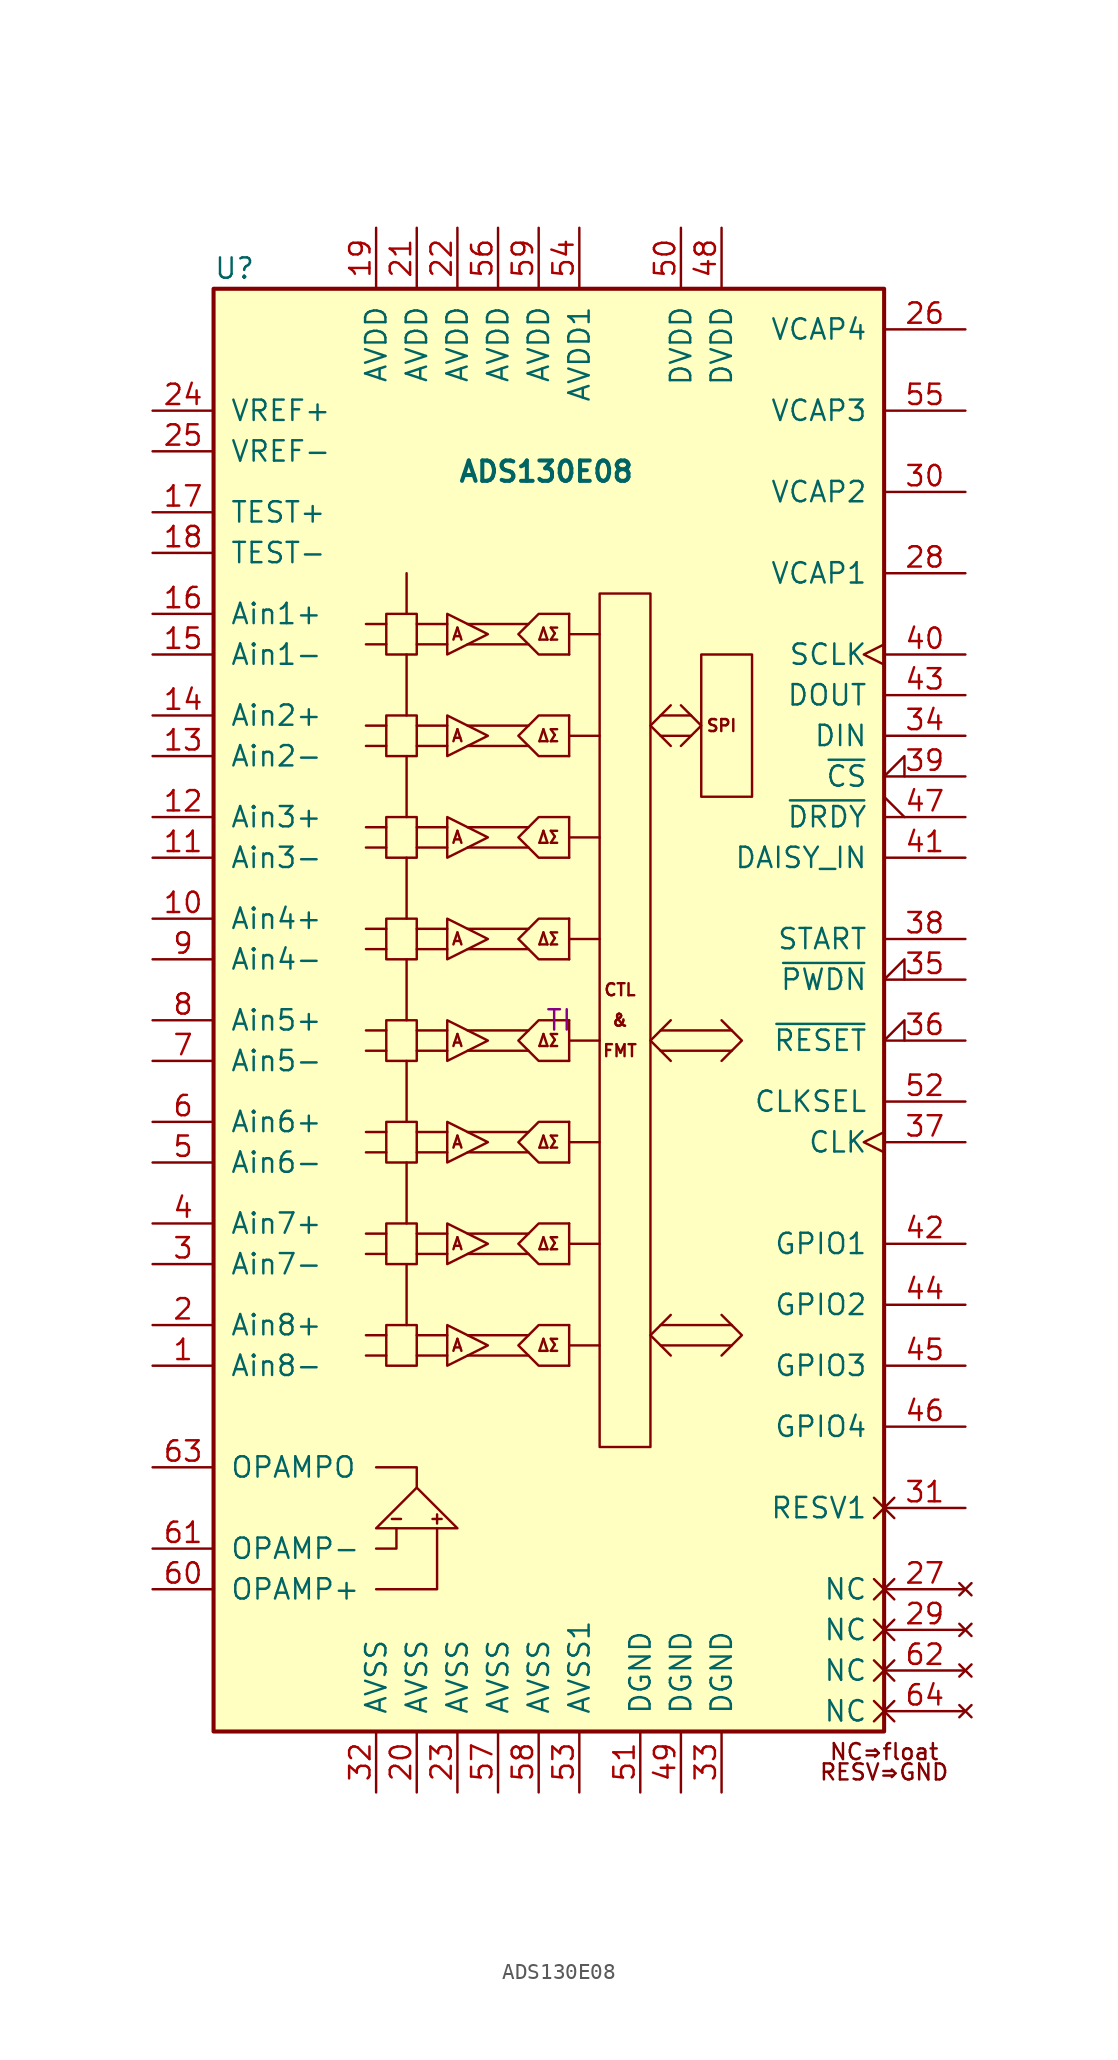
<source format=kicad_sym>
(kicad_symbol_lib
  (version 20211014)
  (generator kicad_symbol_editor)
  (symbol "solarpump:ADS130E08"
    (pin_names
      (offset 1.016))
    (property "Reference" "U"
      (at -21.59 46.99 0)
      (effects (font (size 1.27 1.27)) (justify left)))
    (property "Value" "ADS130E08"
      (at -6.35 34.29 0)
      (effects (font (size 1.27 1.27) bold) (justify left)))
    (property "Manuf" "TI"
      (at 0 0 0)
      (effects (font (size 1.27 1.27))))
    (symbol "ADS130E08_0_0"
      (polyline (pts (xy 6.985 -18.415) (xy 5.715 -19.685) (xy 6.985 -20.955)) (stroke (width 0.152) (type default) (color 0 0 0 0)) (fill (type none)))
      (polyline (pts (xy 6.985 0) (xy 5.715 -1.27) (xy 6.985 -2.54)) (stroke (width 0.152) (type default) (color 0 0 0 0)) (fill (type none)))
      (polyline (pts (xy 6.985 19.685) (xy 5.715 18.415) (xy 6.985 17.145)) (stroke (width 0.152) (type default) (color 0 0 0 0)) (fill (type none)))
      (polyline (pts (xy 7.62 19.685) (xy 8.89 18.415) (xy 7.62 17.145)) (stroke (width 0.152) (type default) (color 0 0 0 0)) (fill (type none)))
      (polyline (pts (xy 10.16 -18.415) (xy 11.43 -19.685) (xy 10.16 -20.955)) (stroke (width 0.152) (type default) (color 0 0 0 0)) (fill (type none)))
      (polyline (pts (xy 10.16 0) (xy 11.43 -1.27) (xy 10.16 -2.54)) (stroke (width 0.152) (type default) (color 0 0 0 0)) (fill (type none)))
      (text "&" (at 3.81 0 0) (effects (font (size 0.75 0.75))))
      (text "+" (at -7.62 -31.115 0) (effects (font (size 0.75 0.75))))
      (text "-" (at -10.16 -31.115 0) (effects (font (size 0.75 0.75))))
      (text "A" (at -6.35 -20.32 0) (effects (font (size 0.75 0.75))))
      (text "A" (at -6.35 -13.97 0) (effects (font (size 0.75 0.75))))
      (text "A" (at -6.35 -7.62 0) (effects (font (size 0.75 0.75))))
      (text "A" (at -6.35 -1.27 0) (effects (font (size 0.75 0.75))))
      (text "A" (at -6.35 5.08 0) (effects (font (size 0.75 0.75))))
      (text "A" (at -6.35 11.43 0) (effects (font (size 0.75 0.75))))
      (text "A" (at -6.35 17.78 0) (effects (font (size 0.75 0.75))))
      (text "A" (at -6.35 24.13 0) (effects (font (size 0.75 0.75))))
      (text "CTL" (at 3.81 1.905 0) (effects (font (size 0.75 0.75))))
      (text "FMT" (at 3.81 -1.905 0) (effects (font (size 0.75 0.75))))
      (text "NC⇒float" (at 20.32 -45.72 0) (effects (font (size 1 1))))
      (text "RESV⇒GND" (at 20.32 -46.99 0) (effects (font (size 1 1))))
      (text "SPI" (at 10.16 18.415 0) (effects (font (size 0.75 0.75))))
      (text "ΔΣ" (at -0.635 -20.32 0) (effects (font (size 0.75 0.75))))
      (text "ΔΣ" (at -0.635 -13.97 0) (effects (font (size 0.75 0.75))))
      (text "ΔΣ" (at -0.635 -7.62 0) (effects (font (size 0.75 0.75))))
      (text "ΔΣ" (at -0.635 -1.27 0) (effects (font (size 0.75 0.75))))
      (text "ΔΣ" (at -0.635 5.08 0) (effects (font (size 0.75 0.75))))
      (text "ΔΣ" (at -0.635 11.43 0) (effects (font (size 0.75 0.75))))
      (text "ΔΣ" (at -0.635 17.78 0) (effects (font (size 0.75 0.75))))
      (text "ΔΣ" (at -0.635 24.13 0) (effects (font (size 0.75 0.75)))))
    (symbol "ADS130E08_0_1"
      (rectangle (start -21.59 45.72) (end 20.32 -44.45) (stroke (width 0.254) (type default) (color 0 0 0 0)) (fill (type background)))
      (rectangle (start -10.795 -19.05) (end -8.89 -21.59) (stroke (width 0.152) (type default) (color 0 0 0 0)) (fill (type none)))
      (rectangle (start -10.795 -12.7) (end -8.89 -15.24) (stroke (width 0.152) (type default) (color 0 0 0 0)) (fill (type none)))
      (rectangle (start -10.795 -6.35) (end -8.89 -8.89) (stroke (width 0.152) (type default) (color 0 0 0 0)) (fill (type none)))
      (rectangle (start -10.795 0) (end -8.89 -2.54) (stroke (width 0.152) (type default) (color 0 0 0 0)) (fill (type none)))
      (rectangle (start -10.795 6.35) (end -8.89 3.81) (stroke (width 0.152) (type default) (color 0 0 0 0)) (fill (type none)))
      (rectangle (start -10.795 12.7) (end -8.89 10.16) (stroke (width 0.152) (type default) (color 0 0 0 0)) (fill (type none)))
      (rectangle (start -10.795 19.05) (end -8.89 16.51) (stroke (width 0.152) (type default) (color 0 0 0 0)) (fill (type none)))
      (rectangle (start -10.795 25.4) (end -8.89 22.86) (stroke (width 0.152) (type default) (color 0 0 0 0)) (fill (type none)))
      (polyline (pts (xy -12.065 -20.955) (xy -10.795 -20.955)) (stroke (width 0.152) (type default) (color 0 0 0 0)) (fill (type none)))
      (polyline (pts (xy -12.065 -19.685) (xy -10.795 -19.685)) (stroke (width 0.152) (type default) (color 0 0 0 0)) (fill (type none)))
      (polyline (pts (xy -12.065 -14.605) (xy -10.795 -14.605)) (stroke (width 0.152) (type default) (color 0 0 0 0)) (fill (type none)))
      (polyline (pts (xy -12.065 -13.335) (xy -10.795 -13.335)) (stroke (width 0.152) (type default) (color 0 0 0 0)) (fill (type none)))
      (polyline (pts (xy -12.065 -8.255) (xy -10.795 -8.255)) (stroke (width 0.152) (type default) (color 0 0 0 0)) (fill (type none)))
      (polyline (pts (xy -12.065 -6.985) (xy -10.795 -6.985)) (stroke (width 0.152) (type default) (color 0 0 0 0)) (fill (type none)))
      (polyline (pts (xy -12.065 -1.905) (xy -10.795 -1.905)) (stroke (width 0.152) (type default) (color 0 0 0 0)) (fill (type none)))
      (polyline (pts (xy -12.065 -0.635) (xy -10.795 -0.635)) (stroke (width 0.152) (type default) (color 0 0 0 0)) (fill (type none)))
      (polyline (pts (xy -12.065 4.445) (xy -10.795 4.445)) (stroke (width 0.152) (type default) (color 0 0 0 0)) (fill (type none)))
      (polyline (pts (xy -12.065 5.715) (xy -10.795 5.715)) (stroke (width 0.152) (type default) (color 0 0 0 0)) (fill (type none)))
      (polyline (pts (xy -12.065 10.795) (xy -10.795 10.795)) (stroke (width 0.152) (type default) (color 0 0 0 0)) (fill (type none)))
      (polyline (pts (xy -12.065 12.065) (xy -10.795 12.065)) (stroke (width 0.152) (type default) (color 0 0 0 0)) (fill (type none)))
      (polyline (pts (xy -12.065 17.145) (xy -10.795 17.145)) (stroke (width 0.152) (type default) (color 0 0 0 0)) (fill (type none)))
      (polyline (pts (xy -12.065 18.415) (xy -10.795 18.415)) (stroke (width 0.152) (type default) (color 0 0 0 0)) (fill (type none)))
      (polyline (pts (xy -12.065 23.495) (xy -10.795 23.495)) (stroke (width 0.152) (type default) (color 0 0 0 0)) (fill (type none)))
      (polyline (pts (xy -12.065 24.765) (xy -10.795 24.765)) (stroke (width 0.152) (type default) (color 0 0 0 0)) (fill (type none)))
      (polyline (pts (xy -9.525 -15.24) (xy -9.525 -19.05)) (stroke (width 0.152) (type default) (color 0 0 0 0)) (fill (type none)))
      (polyline (pts (xy -9.525 -8.89) (xy -9.525 -12.7)) (stroke (width 0.152) (type default) (color 0 0 0 0)) (fill (type none)))
      (polyline (pts (xy -9.525 -2.54) (xy -9.525 -6.35)) (stroke (width 0.152) (type default) (color 0 0 0 0)) (fill (type none)))
      (polyline (pts (xy -9.525 3.81) (xy -9.525 0)) (stroke (width 0.152) (type default) (color 0 0 0 0)) (fill (type none)))
      (polyline (pts (xy -9.525 10.16) (xy -9.525 6.35)) (stroke (width 0.152) (type default) (color 0 0 0 0)) (fill (type none)))
      (polyline (pts (xy -9.525 16.51) (xy -9.525 12.7)) (stroke (width 0.152) (type default) (color 0 0 0 0)) (fill (type none)))
      (polyline (pts (xy -9.525 22.86) (xy -9.525 19.05)) (stroke (width 0.152) (type default) (color 0 0 0 0)) (fill (type none)))
      (polyline (pts (xy -9.525 27.94) (xy -9.525 25.4)) (stroke (width 0.152) (type default) (color 0 0 0 0)) (fill (type none)))
      (polyline (pts (xy -8.89 -20.955) (xy -6.985 -20.955)) (stroke (width 0.152) (type default) (color 0 0 0 0)) (fill (type none)))
      (polyline (pts (xy -8.89 -19.685) (xy -6.985 -19.685)) (stroke (width 0.152) (type default) (color 0 0 0 0)) (fill (type none)))
      (polyline (pts (xy -8.89 -14.605) (xy -6.985 -14.605)) (stroke (width 0.152) (type default) (color 0 0 0 0)) (fill (type none)))
      (polyline (pts (xy -8.89 -13.335) (xy -6.985 -13.335)) (stroke (width 0.152) (type default) (color 0 0 0 0)) (fill (type none)))
      (polyline (pts (xy -8.89 -8.255) (xy -6.985 -8.255)) (stroke (width 0.152) (type default) (color 0 0 0 0)) (fill (type none)))
      (polyline (pts (xy -8.89 -6.985) (xy -6.985 -6.985)) (stroke (width 0.152) (type default) (color 0 0 0 0)) (fill (type none)))
      (polyline (pts (xy -8.89 -1.905) (xy -6.985 -1.905)) (stroke (width 0.152) (type default) (color 0 0 0 0)) (fill (type none)))
      (polyline (pts (xy -8.89 -0.635) (xy -6.985 -0.635)) (stroke (width 0.152) (type default) (color 0 0 0 0)) (fill (type none)))
      (polyline (pts (xy -8.89 4.445) (xy -6.985 4.445)) (stroke (width 0.152) (type default) (color 0 0 0 0)) (fill (type none)))
      (polyline (pts (xy -8.89 5.715) (xy -6.985 5.715)) (stroke (width 0.152) (type default) (color 0 0 0 0)) (fill (type none)))
      (polyline (pts (xy -8.89 10.795) (xy -6.985 10.795)) (stroke (width 0.152) (type default) (color 0 0 0 0)) (fill (type none)))
      (polyline (pts (xy -8.89 12.065) (xy -6.985 12.065)) (stroke (width 0.152) (type default) (color 0 0 0 0)) (fill (type none)))
      (polyline (pts (xy -8.89 17.145) (xy -6.985 17.145)) (stroke (width 0.152) (type default) (color 0 0 0 0)) (fill (type none)))
      (polyline (pts (xy -8.89 18.415) (xy -6.985 18.415)) (stroke (width 0.152) (type default) (color 0 0 0 0)) (fill (type none)))
      (polyline (pts (xy -8.89 23.495) (xy -6.985 23.495)) (stroke (width 0.152) (type default) (color 0 0 0 0)) (fill (type none)))
      (polyline (pts (xy -8.89 24.765) (xy -6.985 24.765)) (stroke (width 0.152) (type default) (color 0 0 0 0)) (fill (type none)))
      (polyline (pts (xy -5.715 -20.955) (xy -1.905 -20.955)) (stroke (width 0.152) (type default) (color 0 0 0 0)) (fill (type none)))
      (polyline (pts (xy -5.715 -19.685) (xy -1.905 -19.685)) (stroke (width 0.152) (type default) (color 0 0 0 0)) (fill (type none)))
      (polyline (pts (xy -5.715 -14.605) (xy -1.905 -14.605)) (stroke (width 0.152) (type default) (color 0 0 0 0)) (fill (type none)))
      (polyline (pts (xy -5.715 -13.335) (xy -1.905 -13.335)) (stroke (width 0.152) (type default) (color 0 0 0 0)) (fill (type none)))
      (polyline (pts (xy -5.715 -8.255) (xy -1.905 -8.255)) (stroke (width 0.152) (type default) (color 0 0 0 0)) (fill (type none)))
      (polyline (pts (xy -5.715 -6.985) (xy -1.905 -6.985)) (stroke (width 0.152) (type default) (color 0 0 0 0)) (fill (type none)))
      (polyline (pts (xy -5.715 -1.905) (xy -1.905 -1.905)) (stroke (width 0.152) (type default) (color 0 0 0 0)) (fill (type none)))
      (polyline (pts (xy -5.715 -0.635) (xy -1.905 -0.635)) (stroke (width 0.152) (type default) (color 0 0 0 0)) (fill (type none)))
      (polyline (pts (xy -5.715 4.445) (xy -1.905 4.445)) (stroke (width 0.152) (type default) (color 0 0 0 0)) (fill (type none)))
      (polyline (pts (xy -5.715 5.715) (xy -1.905 5.715)) (stroke (width 0.152) (type default) (color 0 0 0 0)) (fill (type none)))
      (polyline (pts (xy -5.715 10.795) (xy -1.905 10.795)) (stroke (width 0.152) (type default) (color 0 0 0 0)) (fill (type none)))
      (polyline (pts (xy -5.715 12.065) (xy -1.905 12.065)) (stroke (width 0.152) (type default) (color 0 0 0 0)) (fill (type none)))
      (polyline (pts (xy -5.715 17.145) (xy -1.905 17.145)) (stroke (width 0.152) (type default) (color 0 0 0 0)) (fill (type none)))
      (polyline (pts (xy -5.715 18.415) (xy -1.905 18.415)) (stroke (width 0.152) (type default) (color 0 0 0 0)) (fill (type none)))
      (polyline (pts (xy -5.715 23.495) (xy -1.905 23.495)) (stroke (width 0.152) (type default) (color 0 0 0 0)) (fill (type none)))
      (polyline (pts (xy -5.715 24.765) (xy -1.905 24.765)) (stroke (width 0.152) (type default) (color 0 0 0 0)) (fill (type none)))
      (polyline (pts (xy 0.635 -20.32) (xy 2.54 -20.32)) (stroke (width 0.152) (type default) (color 0 0 0 0)) (fill (type none)))
      (polyline (pts (xy 0.635 -19.05) (xy 0.635 -21.59)) (stroke (width 0.152) (type default) (color 0 0 0 0)) (fill (type none)))
      (polyline (pts (xy 0.635 -13.97) (xy 2.54 -13.97)) (stroke (width 0.152) (type default) (color 0 0 0 0)) (fill (type none)))
      (polyline (pts (xy 0.635 -12.7) (xy 0.635 -15.24)) (stroke (width 0.152) (type default) (color 0 0 0 0)) (fill (type none)))
      (polyline (pts (xy 0.635 -7.62) (xy 2.54 -7.62)) (stroke (width 0.152) (type default) (color 0 0 0 0)) (fill (type none)))
      (polyline (pts (xy 0.635 -6.35) (xy 0.635 -8.89)) (stroke (width 0.152) (type default) (color 0 0 0 0)) (fill (type none)))
      (polyline (pts (xy 0.635 -1.27) (xy 2.54 -1.27)) (stroke (width 0.152) (type default) (color 0 0 0 0)) (fill (type none)))
      (polyline (pts (xy 0.635 0) (xy 0.635 -2.54)) (stroke (width 0.152) (type default) (color 0 0 0 0)) (fill (type none)))
      (polyline (pts (xy 0.635 5.08) (xy 2.54 5.08)) (stroke (width 0.152) (type default) (color 0 0 0 0)) (fill (type none)))
      (polyline (pts (xy 0.635 6.35) (xy 0.635 3.81)) (stroke (width 0.152) (type default) (color 0 0 0 0)) (fill (type none)))
      (polyline (pts (xy 0.635 11.43) (xy 2.54 11.43)) (stroke (width 0.152) (type default) (color 0 0 0 0)) (fill (type none)))
      (polyline (pts (xy 0.635 12.7) (xy 0.635 10.16)) (stroke (width 0.152) (type default) (color 0 0 0 0)) (fill (type none)))
      (polyline (pts (xy 0.635 17.78) (xy 2.54 17.78)) (stroke (width 0.152) (type default) (color 0 0 0 0)) (fill (type none)))
      (polyline (pts (xy 0.635 19.05) (xy 0.635 16.51)) (stroke (width 0.152) (type default) (color 0 0 0 0)) (fill (type none)))
      (polyline (pts (xy 0.635 24.13) (xy 2.54 24.13)) (stroke (width 0.152) (type default) (color 0 0 0 0)) (fill (type none)))
      (polyline (pts (xy 0.635 25.4) (xy 0.635 22.86)) (stroke (width 0.152) (type default) (color 0 0 0 0)) (fill (type none)))
      (polyline (pts (xy 6.35 -20.32) (xy 10.795 -20.32)) (stroke (width 0.152) (type default) (color 0 0 0 0)) (fill (type none)))
      (polyline (pts (xy 6.35 -19.05) (xy 10.795 -19.05)) (stroke (width 0.152) (type default) (color 0 0 0 0)) (fill (type none)))
      (polyline (pts (xy 6.35 -1.905) (xy 10.795 -1.905)) (stroke (width 0.152) (type default) (color 0 0 0 0)) (fill (type none)))
      (polyline (pts (xy 6.35 -0.635) (xy 10.795 -0.635)) (stroke (width 0.152) (type default) (color 0 0 0 0)) (fill (type none)))
      (polyline (pts (xy 6.35 17.78) (xy 8.255 17.78)) (stroke (width 0.152) (type default) (color 0 0 0 0)) (fill (type none)))
      (polyline (pts (xy 6.35 19.05) (xy 8.255 19.05)) (stroke (width 0.152) (type default) (color 0 0 0 0)) (fill (type none)))
      (polyline (pts (xy -11.43 -35.56) (xy -7.62 -35.56) (xy -7.62 -31.75)) (stroke (width 0.152) (type default) (color 0 0 0 0)) (fill (type none)))
      (polyline (pts (xy -11.43 -33.02) (xy -10.16 -33.02) (xy -10.16 -31.75)) (stroke (width 0.152) (type default) (color 0 0 0 0)) (fill (type none)))
      (polyline (pts (xy -8.89 -29.21) (xy -8.89 -27.94) (xy -11.43 -27.94)) (stroke (width 0.152) (type default) (color 0 0 0 0)) (fill (type none)))
      (polyline (pts (xy -8.89 -29.21) (xy -11.43 -31.75) (xy -6.35 -31.75) (xy -8.89 -29.21)) (stroke (width 0.152) (type default) (color 0 0 0 0)) (fill (type none)))
      (polyline (pts (xy -6.985 -20.32) (xy -6.985 -21.59) (xy -4.445 -20.32) (xy -6.985 -19.05) (xy -6.985 -20.32)) (stroke (width 0.152) (type default) (color 0 0 0 0)) (fill (type none)))
      (polyline (pts (xy -6.985 -13.97) (xy -6.985 -15.24) (xy -4.445 -13.97) (xy -6.985 -12.7) (xy -6.985 -13.97)) (stroke (width 0.152) (type default) (color 0 0 0 0)) (fill (type none)))
      (polyline (pts (xy -6.985 -7.62) (xy -6.985 -8.89) (xy -4.445 -7.62) (xy -6.985 -6.35) (xy -6.985 -7.62)) (stroke (width 0.152) (type default) (color 0 0 0 0)) (fill (type none)))
      (polyline (pts (xy -6.985 -1.27) (xy -6.985 -2.54) (xy -4.445 -1.27) (xy -6.985 0) (xy -6.985 -1.27)) (stroke (width 0.152) (type default) (color 0 0 0 0)) (fill (type none)))
      (polyline (pts (xy -6.985 5.08) (xy -6.985 3.81) (xy -4.445 5.08) (xy -6.985 6.35) (xy -6.985 5.08)) (stroke (width 0.152) (type default) (color 0 0 0 0)) (fill (type none)))
      (polyline (pts (xy -6.985 11.43) (xy -6.985 10.16) (xy -4.445 11.43) (xy -6.985 12.7) (xy -6.985 11.43)) (stroke (width 0.152) (type default) (color 0 0 0 0)) (fill (type none)))
      (polyline (pts (xy -6.985 17.78) (xy -6.985 16.51) (xy -4.445 17.78) (xy -6.985 19.05) (xy -6.985 17.78)) (stroke (width 0.152) (type default) (color 0 0 0 0)) (fill (type none)))
      (polyline (pts (xy -6.985 24.13) (xy -6.985 22.86) (xy -4.445 24.13) (xy -6.985 25.4) (xy -6.985 24.13)) (stroke (width 0.152) (type default) (color 0 0 0 0)) (fill (type none)))
      (polyline (pts (xy 0.635 -19.05) (xy -1.27 -19.05) (xy -2.54 -20.32) (xy -1.27 -21.59) (xy 0.635 -21.59)) (stroke (width 0.152) (type default) (color 0 0 0 0)) (fill (type none)))
      (polyline (pts (xy 0.635 -12.7) (xy -1.27 -12.7) (xy -2.54 -13.97) (xy -1.27 -15.24) (xy 0.635 -15.24)) (stroke (width 0.152) (type default) (color 0 0 0 0)) (fill (type none)))
      (polyline (pts (xy 0.635 -6.35) (xy -1.27 -6.35) (xy -2.54 -7.62) (xy -1.27 -8.89) (xy 0.635 -8.89)) (stroke (width 0.152) (type default) (color 0 0 0 0)) (fill (type none)))
      (polyline (pts (xy 0.635 0) (xy -1.27 0) (xy -2.54 -1.27) (xy -1.27 -2.54) (xy 0.635 -2.54)) (stroke (width 0.152) (type default) (color 0 0 0 0)) (fill (type none)))
      (polyline (pts (xy 0.635 6.35) (xy -1.27 6.35) (xy -2.54 5.08) (xy -1.27 3.81) (xy 0.635 3.81)) (stroke (width 0.152) (type default) (color 0 0 0 0)) (fill (type none)))
      (polyline (pts (xy 0.635 12.7) (xy -1.27 12.7) (xy -2.54 11.43) (xy -1.27 10.16) (xy 0.635 10.16)) (stroke (width 0.152) (type default) (color 0 0 0 0)) (fill (type none)))
      (polyline (pts (xy 0.635 19.05) (xy -1.27 19.05) (xy -2.54 17.78) (xy -1.27 16.51) (xy 0.635 16.51)) (stroke (width 0.152) (type default) (color 0 0 0 0)) (fill (type none)))
      (polyline (pts (xy 0.635 25.4) (xy -1.27 25.4) (xy -2.54 24.13) (xy -1.27 22.86) (xy 0.635 22.86)) (stroke (width 0.152) (type default) (color 0 0 0 0)) (fill (type none)))
      (rectangle (start 2.54 26.67) (end 5.715 -26.67) (stroke (width 0.152) (type default) (color 0 0 0 0)) (fill (type none)))
      (rectangle (start 8.89 22.86) (end 12.065 13.97) (stroke (width 0.152) (type default) (color 0 0 0 0)) (fill (type none))))
    (symbol "ADS130E08_1_1"
      (pin input line (at -25.4 -21.59 0) (length 3.81) (name "Ain8-" (effects (font (size 1.27 1.27)))) (number "1" (effects (font (size 1.27 1.27)))))
      (pin input line (at -25.4 6.35 0) (length 3.81) (name "Ain4+" (effects (font (size 1.27 1.27)))) (number "10" (effects (font (size 1.27 1.27)))))
      (pin input line (at -25.4 10.16 0) (length 3.81) (name "Ain3-" (effects (font (size 1.27 1.27)))) (number "11" (effects (font (size 1.27 1.27)))))
      (pin input line (at -25.4 12.7 0) (length 3.81) (name "Ain3+" (effects (font (size 1.27 1.27)))) (number "12" (effects (font (size 1.27 1.27)))))
      (pin input line (at -25.4 16.51 0) (length 3.81) (name "Ain2-" (effects (font (size 1.27 1.27)))) (number "13" (effects (font (size 1.27 1.27)))))
      (pin input line (at -25.4 19.05 0) (length 3.81) (name "Ain2+" (effects (font (size 1.27 1.27)))) (number "14" (effects (font (size 1.27 1.27)))))
      (pin input line (at -25.4 22.86 0) (length 3.81) (name "Ain1-" (effects (font (size 1.27 1.27)))) (number "15" (effects (font (size 1.27 1.27)))))
      (pin input line (at -25.4 25.4 0) (length 3.81) (name "Ain1+" (effects (font (size 1.27 1.27)))) (number "16" (effects (font (size 1.27 1.27)))))
      (pin output line (at -25.4 31.75 0) (length 3.81) (name "TEST+" (effects (font (size 1.27 1.27)))) (number "17" (effects (font (size 1.27 1.27)))))
      (pin output line (at -25.4 29.21 0) (length 3.81) (name "TEST-" (effects (font (size 1.27 1.27)))) (number "18" (effects (font (size 1.27 1.27)))))
      (pin power_in line (at -11.43 49.53 270) (length 3.81) (name "AVDD" (effects (font (size 1.27 1.27)))) (number "19" (effects (font (size 1.27 1.27)))))
      (pin input line (at -25.4 -19.05 0) (length 3.81) (name "Ain8+" (effects (font (size 1.27 1.27)))) (number "2" (effects (font (size 1.27 1.27)))))
      (pin power_in line (at -8.89 -48.26 90) (length 3.81) (name "AVSS" (effects (font (size 1.27 1.27)))) (number "20" (effects (font (size 1.27 1.27)))))
      (pin power_in line (at -8.89 49.53 270) (length 3.81) (name "AVDD" (effects (font (size 1.27 1.27)))) (number "21" (effects (font (size 1.27 1.27)))))
      (pin power_in line (at -6.35 49.53 270) (length 3.81) (name "AVDD" (effects (font (size 1.27 1.27)))) (number "22" (effects (font (size 1.27 1.27)))))
      (pin power_in line (at -6.35 -48.26 90) (length 3.81) (name "AVSS" (effects (font (size 1.27 1.27)))) (number "23" (effects (font (size 1.27 1.27)))))
      (pin input line (at -25.4 38.1 0) (length 3.81) (name "VREF+" (effects (font (size 1.27 1.27)))) (number "24" (effects (font (size 1.27 1.27)))))
      (pin input line (at -25.4 35.56 0) (length 3.81) (name "VREF-" (effects (font (size 1.27 1.27)))) (number "25" (effects (font (size 1.27 1.27)))))
      (pin passive line (at 25.4 43.18 180) (length 5.08) (name "VCAP4" (effects (font (size 1.27 1.27)))) (number "26" (effects (font (size 1.27 1.27)))))
      (pin no_connect non_logic (at 25.4 -35.56 180) (length 5.08) (name "NC" (effects (font (size 1.27 1.27)))) (number "27" (effects (font (size 1.27 1.27)))))
      (pin passive line (at 25.4 27.94 180) (length 5.08) (name "VCAP1" (effects (font (size 1.27 1.27)))) (number "28" (effects (font (size 1.27 1.27)))))
      (pin no_connect non_logic (at 25.4 -38.1 180) (length 5.08) (name "NC" (effects (font (size 1.27 1.27)))) (number "29" (effects (font (size 1.27 1.27)))))
      (pin input line (at -25.4 -15.24 0) (length 3.81) (name "Ain7-" (effects (font (size 1.27 1.27)))) (number "3" (effects (font (size 1.27 1.27)))))
      (pin passive line (at 25.4 33.02 180) (length 5.08) (name "VCAP2" (effects (font (size 1.27 1.27)))) (number "30" (effects (font (size 1.27 1.27)))))
      (pin unspecified non_logic (at 25.4 -30.48 180) (length 5.08) (name "RESV1" (effects (font (size 1.27 1.27)))) (number "31" (effects (font (size 1.27 1.27)))))
      (pin power_in line (at -11.43 -48.26 90) (length 3.81) (name "AVSS" (effects (font (size 1.27 1.27)))) (number "32" (effects (font (size 1.27 1.27)))))
      (pin power_in line (at 10.16 -48.26 90) (length 3.81) (name "DGND" (effects (font (size 1.27 1.27)))) (number "33" (effects (font (size 1.27 1.27)))))
      (pin input line (at 25.4 17.78 180) (length 5.08) (name "DIN" (effects (font (size 1.27 1.27)))) (number "34" (effects (font (size 1.27 1.27)))))
      (pin input input_low (at 25.4 2.54 180) (length 5.08) (name "~{PWDN}" (effects (font (size 1.27 1.27)))) (number "35" (effects (font (size 1.27 1.27)))))
      (pin input input_low (at 25.4 -1.27 180) (length 5.08) (name "~{RESET}" (effects (font (size 1.27 1.27)))) (number "36" (effects (font (size 1.27 1.27)))))
      (pin bidirectional clock (at 25.4 -7.62 180) (length 5.08) (name "CLK" (effects (font (size 1.27 1.27)))) (number "37" (effects (font (size 1.27 1.27)))))
      (pin input line (at 25.4 5.08 180) (length 5.08) (name "START" (effects (font (size 1.27 1.27)))) (number "38" (effects (font (size 1.27 1.27)))))
      (pin input input_low (at 25.4 15.24 180) (length 5.08) (name "~{CS}" (effects (font (size 1.27 1.27)))) (number "39" (effects (font (size 1.27 1.27)))))
      (pin input line (at -25.4 -12.7 0) (length 3.81) (name "Ain7+" (effects (font (size 1.27 1.27)))) (number "4" (effects (font (size 1.27 1.27)))))
      (pin input clock (at 25.4 22.86 180) (length 5.08) (name "SCLK" (effects (font (size 1.27 1.27)))) (number "40" (effects (font (size 1.27 1.27)))))
      (pin input line (at 25.4 10.16 180) (length 5.08) (name "DAISY_IN" (effects (font (size 1.27 1.27)))) (number "41" (effects (font (size 1.27 1.27)))))
      (pin tri_state line (at 25.4 -13.97 180) (length 5.08) (name "GPIO1" (effects (font (size 1.27 1.27)))) (number "42" (effects (font (size 1.27 1.27)))))
      (pin output line (at 25.4 20.32 180) (length 5.08) (name "DOUT" (effects (font (size 1.27 1.27)))) (number "43" (effects (font (size 1.27 1.27)))))
      (pin tri_state line (at 25.4 -17.78 180) (length 5.08) (name "GPIO2" (effects (font (size 1.27 1.27)))) (number "44" (effects (font (size 1.27 1.27)))))
      (pin tri_state line (at 25.4 -21.59 180) (length 5.08) (name "GPIO3" (effects (font (size 1.27 1.27)))) (number "45" (effects (font (size 1.27 1.27)))))
      (pin tri_state line (at 25.4 -25.4 180) (length 5.08) (name "GPIO4" (effects (font (size 1.27 1.27)))) (number "46" (effects (font (size 1.27 1.27)))))
      (pin open_collector output_low (at 25.4 12.7 180) (length 5.08) (name "~{DRDY}" (effects (font (size 1.27 1.27)))) (number "47" (effects (font (size 1.27 1.27)))))
      (pin power_in line (at 10.16 49.53 270) (length 3.81) (name "DVDD" (effects (font (size 1.27 1.27)))) (number "48" (effects (font (size 1.27 1.27)))))
      (pin power_in line (at 7.62 -48.26 90) (length 3.81) (name "DGND" (effects (font (size 1.27 1.27)))) (number "49" (effects (font (size 1.27 1.27)))))
      (pin input line (at -25.4 -8.89 0) (length 3.81) (name "Ain6-" (effects (font (size 1.27 1.27)))) (number "5" (effects (font (size 1.27 1.27)))))
      (pin power_in line (at 7.62 49.53 270) (length 3.81) (name "DVDD" (effects (font (size 1.27 1.27)))) (number "50" (effects (font (size 1.27 1.27)))))
      (pin power_in line (at 5.08 -48.26 90) (length 3.81) (name "DGND" (effects (font (size 1.27 1.27)))) (number "51" (effects (font (size 1.27 1.27)))))
      (pin input line (at 25.4 -5.08 180) (length 5.08) (name "CLKSEL" (effects (font (size 1.27 1.27)))) (number "52" (effects (font (size 1.27 1.27)))))
      (pin power_in line (at 1.27 -48.26 90) (length 3.81) (name "AVSS1" (effects (font (size 1.27 1.27)))) (number "53" (effects (font (size 1.27 1.27)))))
      (pin power_in line (at 1.27 49.53 270) (length 3.81) (name "AVDD1" (effects (font (size 1.27 1.27)))) (number "54" (effects (font (size 1.27 1.27)))))
      (pin passive line (at 25.4 38.1 180) (length 5.08) (name "VCAP3" (effects (font (size 1.27 1.27)))) (number "55" (effects (font (size 1.27 1.27)))))
      (pin power_in line (at -3.81 49.53 270) (length 3.81) (name "AVDD" (effects (font (size 1.27 1.27)))) (number "56" (effects (font (size 1.27 1.27)))))
      (pin power_in line (at -3.81 -48.26 90) (length 3.81) (name "AVSS" (effects (font (size 1.27 1.27)))) (number "57" (effects (font (size 1.27 1.27)))))
      (pin power_in line (at -1.27 -48.26 90) (length 3.81) (name "AVSS" (effects (font (size 1.27 1.27)))) (number "58" (effects (font (size 1.27 1.27)))))
      (pin power_in line (at -1.27 49.53 270) (length 3.81) (name "AVDD" (effects (font (size 1.27 1.27)))) (number "59" (effects (font (size 1.27 1.27)))))
      (pin input line (at -25.4 -6.35 0) (length 3.81) (name "Ain6+" (effects (font (size 1.27 1.27)))) (number "6" (effects (font (size 1.27 1.27)))))
      (pin input line (at -25.4 -35.56 0) (length 3.81) (name "OPAMP+" (effects (font (size 1.27 1.27)))) (number "60" (effects (font (size 1.27 1.27)))))
      (pin input line (at -25.4 -33.02 0) (length 3.81) (name "OPAMP-" (effects (font (size 1.27 1.27)))) (number "61" (effects (font (size 1.27 1.27)))))
      (pin no_connect non_logic (at 25.4 -40.64 180) (length 5.08) (name "NC" (effects (font (size 1.27 1.27)))) (number "62" (effects (font (size 1.27 1.27)))))
      (pin input line (at -25.4 -27.94 0) (length 3.81) (name "OPAMPO" (effects (font (size 1.27 1.27)))) (number "63" (effects (font (size 1.27 1.27)))))
      (pin no_connect non_logic (at 25.4 -43.18 180) (length 5.08) (name "NC" (effects (font (size 1.27 1.27)))) (number "64" (effects (font (size 1.27 1.27)))))
      (pin input line (at -25.4 -2.54 0) (length 3.81) (name "Ain5-" (effects (font (size 1.27 1.27)))) (number "7" (effects (font (size 1.27 1.27)))))
      (pin input line (at -25.4 0 0) (length 3.81) (name "Ain5+" (effects (font (size 1.27 1.27)))) (number "8" (effects (font (size 1.27 1.27)))))
      (pin input line (at -25.4 3.81 0) (length 3.81) (name "Ain4-" (effects (font (size 1.27 1.27)))) (number "9" (effects (font (size 1.27 1.27))))))))
</source>
